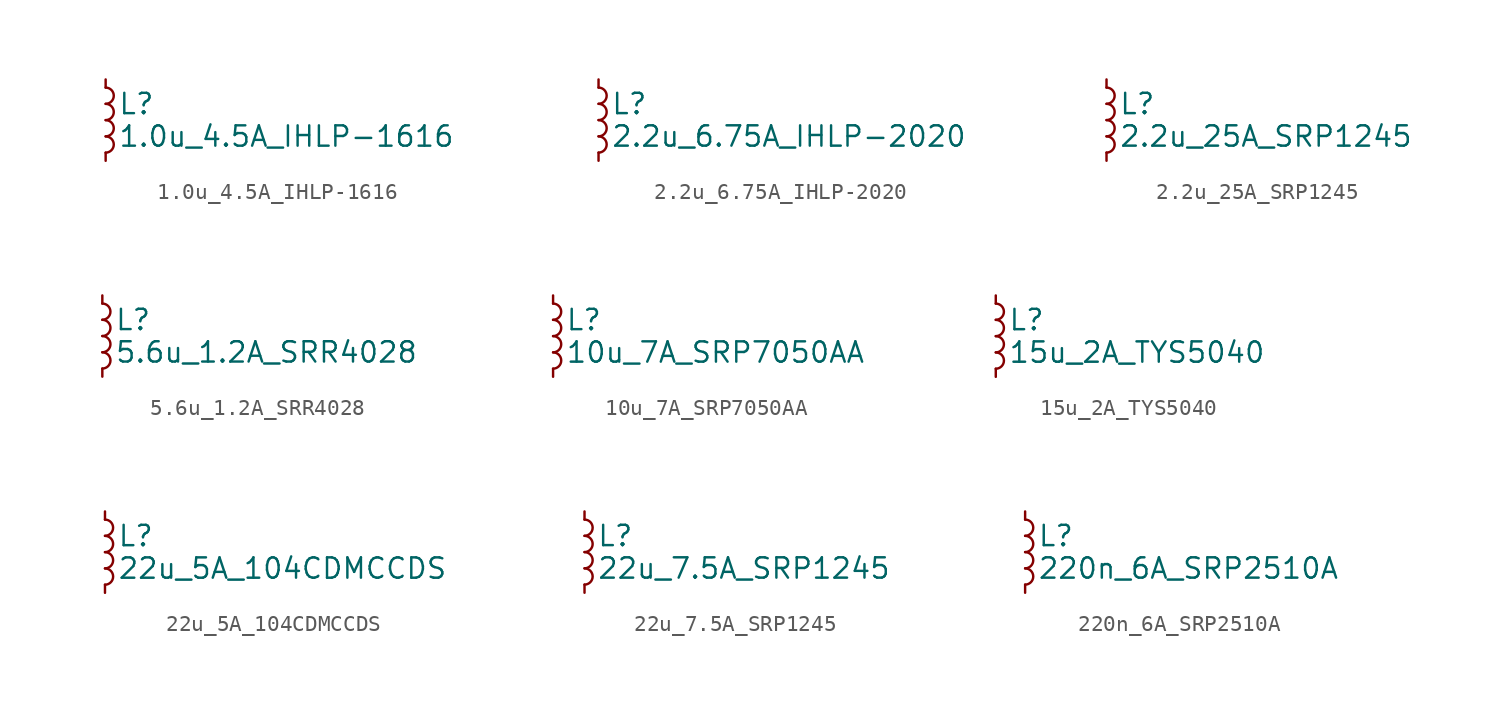
<source format=kicad_sym>
(kicad_symbol_lib
  (version 20211014)
  (generator kicad_symbol_editor)
  (symbol "1.0u_4.5A_IHLP-1616"
    (pin_numbers hide)
    (pin_names
      (offset 0.254) hide)
    (property "Reference" "L"
      (at 0.762 1.016 0)
      (effects (font (size 1.27 1.27)) (justify left)))
    (property "Value" "1.0u_4.5A_IHLP-1616"
      (at 0.762 -1.016 0)
      (effects (font (size 1.27 1.27)) (justify left)))
    (symbol "1.0u_4.5A_IHLP-1616_0_1"
      (arc (start 0 -2.032) (mid 0.508 -1.524) (end 0 -1.016) (stroke (width 0) (type default) (color 0 0 0 0)) (fill (type none)))
      (arc (start 0 -1.016) (mid 0.508 -0.508) (end 0 0) (stroke (width 0) (type default) (color 0 0 0 0)) (fill (type none)))
      (arc (start 0 0) (mid 0.508 0.508) (end 0 1.016) (stroke (width 0) (type default) (color 0 0 0 0)) (fill (type none)))
      (arc (start 0 1.016) (mid 0.508 1.524) (end 0 2.032) (stroke (width 0) (type default) (color 0 0 0 0)) (fill (type none))))
    (symbol "1.0u_4.5A_IHLP-1616_1_1"
      (pin passive line (at 0 2.54 270) (length 0.508) (name "~" (effects (font (size 1.27 1.27)))) (number "1" (effects (font (size 1.27 1.27)))))
      (pin passive line (at 0 -2.54 90) (length 0.508) (name "~" (effects (font (size 1.27 1.27)))) (number "2" (effects (font (size 1.27 1.27)))))))
  (symbol "2.2u_6.75A_IHLP-2020"
    (pin_numbers hide)
    (pin_names
      (offset 0.254) hide)
    (property "Reference" "L"
      (at 0.762 1.016 0)
      (effects (font (size 1.27 1.27)) (justify left)))
    (property "Value" "2.2u_6.75A_IHLP-2020"
      (at 0.762 -1.016 0)
      (effects (font (size 1.27 1.27)) (justify left)))
    (symbol "2.2u_6.75A_IHLP-2020_0_1"
      (arc (start 0 -2.032) (mid 0.508 -1.524) (end 0 -1.016) (stroke (width 0) (type default) (color 0 0 0 0)) (fill (type none)))
      (arc (start 0 -1.016) (mid 0.508 -0.508) (end 0 0) (stroke (width 0) (type default) (color 0 0 0 0)) (fill (type none)))
      (arc (start 0 0) (mid 0.508 0.508) (end 0 1.016) (stroke (width 0) (type default) (color 0 0 0 0)) (fill (type none)))
      (arc (start 0 1.016) (mid 0.508 1.524) (end 0 2.032) (stroke (width 0) (type default) (color 0 0 0 0)) (fill (type none))))
    (symbol "2.2u_6.75A_IHLP-2020_1_1"
      (pin passive line (at 0 2.54 270) (length 0.508) (name "~" (effects (font (size 1.27 1.27)))) (number "1" (effects (font (size 1.27 1.27)))))
      (pin passive line (at 0 -2.54 90) (length 0.508) (name "~" (effects (font (size 1.27 1.27)))) (number "2" (effects (font (size 1.27 1.27)))))))
  (symbol "2.2u_25A_SRP1245"
    (pin_numbers hide)
    (pin_names
      (offset 0.254) hide)
    (property "Reference" "L"
      (at 0.762 1.016 0)
      (effects (font (size 1.27 1.27)) (justify left)))
    (property "Value" "2.2u_25A_SRP1245"
      (at 0.762 -1.016 0)
      (effects (font (size 1.27 1.27)) (justify left)))
    (symbol "2.2u_25A_SRP1245_0_1"
      (arc (start 0 -2.032) (mid 0.508 -1.524) (end 0 -1.016) (stroke (width 0) (type default) (color 0 0 0 0)) (fill (type none)))
      (arc (start 0 -1.016) (mid 0.508 -0.508) (end 0 0) (stroke (width 0) (type default) (color 0 0 0 0)) (fill (type none)))
      (arc (start 0 0) (mid 0.508 0.508) (end 0 1.016) (stroke (width 0) (type default) (color 0 0 0 0)) (fill (type none)))
      (arc (start 0 1.016) (mid 0.508 1.524) (end 0 2.032) (stroke (width 0) (type default) (color 0 0 0 0)) (fill (type none))))
    (symbol "2.2u_25A_SRP1245_1_1"
      (pin passive line (at 0 2.54 270) (length 0.508) (name "~" (effects (font (size 1.27 1.27)))) (number "1" (effects (font (size 1.27 1.27)))))
      (pin passive line (at 0 -2.54 90) (length 0.508) (name "~" (effects (font (size 1.27 1.27)))) (number "2" (effects (font (size 1.27 1.27)))))))
  (symbol "5.6u_1.2A_SRR4028"
    (pin_numbers hide)
    (pin_names
      (offset 0.254) hide)
    (property "Reference" "L"
      (at 0.762 1.016 0)
      (effects (font (size 1.27 1.27)) (justify left)))
    (property "Value" "5.6u_1.2A_SRR4028"
      (at 0.762 -1.016 0)
      (effects (font (size 1.27 1.27)) (justify left)))
    (symbol "5.6u_1.2A_SRR4028_0_1"
      (arc (start 0 -2.032) (mid 0.508 -1.524) (end 0 -1.016) (stroke (width 0) (type default) (color 0 0 0 0)) (fill (type none)))
      (arc (start 0 -1.016) (mid 0.508 -0.508) (end 0 0) (stroke (width 0) (type default) (color 0 0 0 0)) (fill (type none)))
      (arc (start 0 0) (mid 0.508 0.508) (end 0 1.016) (stroke (width 0) (type default) (color 0 0 0 0)) (fill (type none)))
      (arc (start 0 1.016) (mid 0.508 1.524) (end 0 2.032) (stroke (width 0) (type default) (color 0 0 0 0)) (fill (type none))))
    (symbol "5.6u_1.2A_SRR4028_1_1"
      (pin passive line (at 0 2.54 270) (length 0.508) (name "~" (effects (font (size 1.27 1.27)))) (number "1" (effects (font (size 1.27 1.27)))))
      (pin passive line (at 0 -2.54 90) (length 0.508) (name "~" (effects (font (size 1.27 1.27)))) (number "2" (effects (font (size 1.27 1.27)))))))
  (symbol "10u_7A_SRP7050AA"
    (pin_numbers hide)
    (pin_names
      (offset 0.254) hide)
    (property "Reference" "L"
      (at 0.762 1.016 0)
      (effects (font (size 1.27 1.27)) (justify left)))
    (property "Value" "10u_7A_SRP7050AA"
      (at 0.762 -1.016 0)
      (effects (font (size 1.27 1.27)) (justify left)))
    (symbol "10u_7A_SRP7050AA_0_1"
      (arc (start 0 -2.032) (mid 0.508 -1.524) (end 0 -1.016) (stroke (width 0) (type default) (color 0 0 0 0)) (fill (type none)))
      (arc (start 0 -1.016) (mid 0.508 -0.508) (end 0 0) (stroke (width 0) (type default) (color 0 0 0 0)) (fill (type none)))
      (arc (start 0 0) (mid 0.508 0.508) (end 0 1.016) (stroke (width 0) (type default) (color 0 0 0 0)) (fill (type none)))
      (arc (start 0 1.016) (mid 0.508 1.524) (end 0 2.032) (stroke (width 0) (type default) (color 0 0 0 0)) (fill (type none))))
    (symbol "10u_7A_SRP7050AA_1_1"
      (pin passive line (at 0 2.54 270) (length 0.508) (name "~" (effects (font (size 1.27 1.27)))) (number "1" (effects (font (size 1.27 1.27)))))
      (pin passive line (at 0 -2.54 90) (length 0.508) (name "~" (effects (font (size 1.27 1.27)))) (number "2" (effects (font (size 1.27 1.27)))))))
  (symbol "15u_2A_TYS5040"
    (pin_numbers hide)
    (pin_names
      (offset 0.254) hide)
    (property "Reference" "L"
      (at 0.762 1.016 0)
      (effects (font (size 1.27 1.27)) (justify left)))
    (property "Value" "15u_2A_TYS5040"
      (at 0.762 -1.016 0)
      (effects (font (size 1.27 1.27)) (justify left)))
    (symbol "15u_2A_TYS5040_0_1"
      (arc (start 0 -2.032) (mid 0.508 -1.524) (end 0 -1.016) (stroke (width 0) (type default) (color 0 0 0 0)) (fill (type none)))
      (arc (start 0 -1.016) (mid 0.508 -0.508) (end 0 0) (stroke (width 0) (type default) (color 0 0 0 0)) (fill (type none)))
      (arc (start 0 0) (mid 0.508 0.508) (end 0 1.016) (stroke (width 0) (type default) (color 0 0 0 0)) (fill (type none)))
      (arc (start 0 1.016) (mid 0.508 1.524) (end 0 2.032) (stroke (width 0) (type default) (color 0 0 0 0)) (fill (type none))))
    (symbol "15u_2A_TYS5040_1_1"
      (pin passive line (at 0 2.54 270) (length 0.508) (name "~" (effects (font (size 1.27 1.27)))) (number "1" (effects (font (size 1.27 1.27)))))
      (pin passive line (at 0 -2.54 90) (length 0.508) (name "~" (effects (font (size 1.27 1.27)))) (number "2" (effects (font (size 1.27 1.27)))))))
  (symbol "22u_5A_104CDMCCDS"
    (pin_numbers hide)
    (pin_names
      (offset 0.254) hide)
    (property "Reference" "L"
      (at 0.762 1.016 0)
      (effects (font (size 1.27 1.27)) (justify left)))
    (property "Value" "22u_5A_104CDMCCDS"
      (at 0.762 -1.016 0)
      (effects (font (size 1.27 1.27)) (justify left)))
    (symbol "22u_5A_104CDMCCDS_0_1"
      (arc (start 0 -2.032) (mid 0.508 -1.524) (end 0 -1.016) (stroke (width 0) (type default) (color 0 0 0 0)) (fill (type none)))
      (arc (start 0 -1.016) (mid 0.508 -0.508) (end 0 0) (stroke (width 0) (type default) (color 0 0 0 0)) (fill (type none)))
      (arc (start 0 0) (mid 0.508 0.508) (end 0 1.016) (stroke (width 0) (type default) (color 0 0 0 0)) (fill (type none)))
      (arc (start 0 1.016) (mid 0.508 1.524) (end 0 2.032) (stroke (width 0) (type default) (color 0 0 0 0)) (fill (type none))))
    (symbol "22u_5A_104CDMCCDS_1_1"
      (pin passive line (at 0 2.54 270) (length 0.508) (name "~" (effects (font (size 1.27 1.27)))) (number "1" (effects (font (size 1.27 1.27)))))
      (pin passive line (at 0 -2.54 90) (length 0.508) (name "~" (effects (font (size 1.27 1.27)))) (number "2" (effects (font (size 1.27 1.27)))))))
  (symbol "22u_7.5A_SRP1245"
    (pin_numbers hide)
    (pin_names
      (offset 0.254) hide)
    (property "Reference" "L"
      (at 0.762 1.016 0)
      (effects (font (size 1.27 1.27)) (justify left)))
    (property "Value" "22u_7.5A_SRP1245"
      (at 0.762 -1.016 0)
      (effects (font (size 1.27 1.27)) (justify left)))
    (symbol "22u_7.5A_SRP1245_0_1"
      (arc (start 0 -2.032) (mid 0.508 -1.524) (end 0 -1.016) (stroke (width 0) (type default) (color 0 0 0 0)) (fill (type none)))
      (arc (start 0 -1.016) (mid 0.508 -0.508) (end 0 0) (stroke (width 0) (type default) (color 0 0 0 0)) (fill (type none)))
      (arc (start 0 0) (mid 0.508 0.508) (end 0 1.016) (stroke (width 0) (type default) (color 0 0 0 0)) (fill (type none)))
      (arc (start 0 1.016) (mid 0.508 1.524) (end 0 2.032) (stroke (width 0) (type default) (color 0 0 0 0)) (fill (type none))))
    (symbol "22u_7.5A_SRP1245_1_1"
      (pin passive line (at 0 2.54 270) (length 0.508) (name "~" (effects (font (size 1.27 1.27)))) (number "1" (effects (font (size 1.27 1.27)))))
      (pin passive line (at 0 -2.54 90) (length 0.508) (name "~" (effects (font (size 1.27 1.27)))) (number "2" (effects (font (size 1.27 1.27)))))))
  (symbol "220n_6A_SRP2510A"
    (pin_numbers hide)
    (pin_names
      (offset 0.254) hide)
    (property "Reference" "L"
      (at 0.762 1.016 0)
      (effects (font (size 1.27 1.27)) (justify left)))
    (property "Value" "220n_6A_SRP2510A"
      (at 0.762 -1.016 0)
      (effects (font (size 1.27 1.27)) (justify left)))
    (symbol "220n_6A_SRP2510A_0_1"
      (arc (start 0 -2.032) (mid 0.508 -1.524) (end 0 -1.016) (stroke (width 0) (type default) (color 0 0 0 0)) (fill (type none)))
      (arc (start 0 -1.016) (mid 0.508 -0.508) (end 0 0) (stroke (width 0) (type default) (color 0 0 0 0)) (fill (type none)))
      (arc (start 0 0) (mid 0.508 0.508) (end 0 1.016) (stroke (width 0) (type default) (color 0 0 0 0)) (fill (type none)))
      (arc (start 0 1.016) (mid 0.508 1.524) (end 0 2.032) (stroke (width 0) (type default) (color 0 0 0 0)) (fill (type none))))
    (symbol "220n_6A_SRP2510A_1_1"
      (pin passive line (at 0 2.54 270) (length 0.508) (name "~" (effects (font (size 1.27 1.27)))) (number "1" (effects (font (size 1.27 1.27)))))
      (pin passive line (at 0 -2.54 90) (length 0.508) (name "~" (effects (font (size 1.27 1.27)))) (number "2" (effects (font (size 1.27 1.27))))))))
</source>
